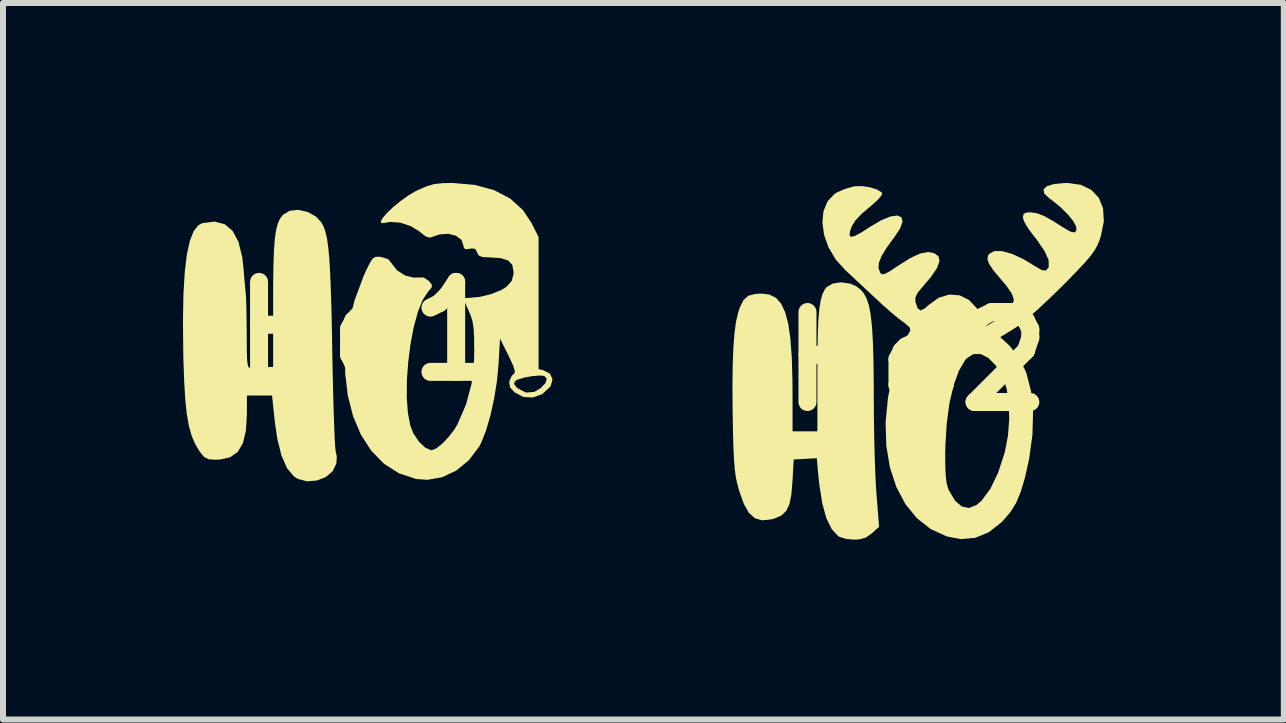
<source format=kicad_pcb>
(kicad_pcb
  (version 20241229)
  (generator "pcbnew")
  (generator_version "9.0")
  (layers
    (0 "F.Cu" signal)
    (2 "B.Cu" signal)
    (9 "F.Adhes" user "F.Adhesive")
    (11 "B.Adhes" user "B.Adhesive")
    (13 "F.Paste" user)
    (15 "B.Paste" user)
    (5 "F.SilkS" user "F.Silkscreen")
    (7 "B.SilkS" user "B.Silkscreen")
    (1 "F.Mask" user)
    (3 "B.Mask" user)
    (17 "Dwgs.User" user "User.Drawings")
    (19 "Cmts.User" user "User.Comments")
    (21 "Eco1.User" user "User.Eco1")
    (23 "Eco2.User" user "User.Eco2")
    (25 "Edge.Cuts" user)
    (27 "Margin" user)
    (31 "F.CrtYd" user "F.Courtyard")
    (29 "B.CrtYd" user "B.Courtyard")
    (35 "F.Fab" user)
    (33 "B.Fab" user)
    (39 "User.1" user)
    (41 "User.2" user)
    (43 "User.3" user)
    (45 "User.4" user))
  (footprint "Ho1"
    (layer "F.Cu")
    (at 3.09 2.471)
    (property "Reference" "Ho1" (at 0 0 0) (layer "F.SilkS") (effects (font (size 1.5 1.5) (thickness 0.3))))
    (attr board_only exclude_from_pos_files exclude_from_bom)
    (fp_poly (pts (xy -1.014 -1.989) (xy -0.874 -1.912) (xy -0.783 -1.814) (xy -0.747 -1.748) (xy -0.717 -1.664) (xy -0.691 -1.555) (xy -0.67 -1.413) (xy -0.652 -1.232) (xy -0.638 -1.004) (xy -0.626 -0.723) (xy -0.615 -0.382) (xy -0.606 0.027) (xy -0.601 0.357) (xy -0.594 0.708) (xy -0.586 1.035) (xy -0.578 1.33) (xy -0.569 1.583) (xy -0.561 1.786) (xy -0.552 1.93) (xy -0.544 2.007) (xy -0.541 2.017) (xy -0.526 2.089) (xy -0.532 2.195) (xy -0.534 2.207) (xy -0.595 2.335) (xy -0.71 2.432) (xy -0.858 2.489) (xy -1.019 2.503) (xy -1.171 2.464) (xy -1.239 2.422) (xy -1.354 2.286) (xy -1.447 2.075) (xy -1.518 1.792) (xy -1.559 1.506) (xy -1.605 1.072) (xy -1.814 1.072) (xy -2.024 1.072) (xy -2.024 1.375) (xy -2.04 1.653) (xy -2.089 1.863) (xy -2.175 2.011) (xy -2.302 2.101) (xy -2.475 2.14) (xy -2.545 2.143) (xy -2.662 2.135) (xy -2.737 2.097) (xy -2.808 2.011) (xy -2.816 2) (xy -2.888 1.878) (xy -2.946 1.741) (xy -2.992 1.577) (xy -3.027 1.378) (xy -3.052 1.132) (xy -3.07 0.831) (xy -3.083 0.464) (xy -3.085 0.334) (xy -3.09 -0.18) (xy -3.082 -0.619) (xy -3.06 -0.985) (xy -3.025 -1.28) (xy -2.975 -1.507) (xy -2.911 -1.669) (xy -2.832 -1.767) (xy -2.767 -1.801) (xy -2.562 -1.827) (xy -2.394 -1.784) (xy -2.262 -1.672) (xy -2.165 -1.489) (xy -2.102 -1.236) (xy -2.08 -1.039) (xy -2.067 -0.877) (xy -2.054 -0.735) (xy -2.045 -0.641) (xy -2.044 -0.635) (xy -2.039 -0.561) (xy -2.034 -0.424) (xy -2.03 -0.243) (xy -2.028 -0.034) (xy -2.027 0.043) (xy -2.026 0.268) (xy -2.023 0.425) (xy -2.016 0.526) (xy -2.004 0.584) (xy -1.985 0.609) (xy -1.956 0.614) (xy -1.935 0.612) (xy -1.829 0.604) (xy -1.716 0.599) (xy -1.587 0.595) (xy -1.587 -0.459) (xy -1.586 -0.829) (xy -1.581 -1.129) (xy -1.572 -1.367) (xy -1.557 -1.552) (xy -1.536 -1.693) (xy -1.508 -1.799) (xy -1.471 -1.878) (xy -1.425 -1.939) (xy -1.423 -1.941) (xy -1.311 -2.008) (xy -1.167 -2.023)) (stroke (width 0) (type solid)) (fill yes) (layer "F.SilkS"))
    (fp_poly (pts (xy 1.773 -2.439) (xy 2.095 -2.352) (xy 2.365 -2.211) (xy 2.579 -2.018) (xy 2.719 -1.806) (xy 2.838 -1.568) (xy 2.838 -0.468) (xy 2.838 0.631) (xy 2.926 0.654) (xy 3.03 0.711) (xy 3.07 0.804) (xy 3.04 0.913) (xy 3.028 0.93) (xy 2.899 1.049) (xy 2.744 1.105) (xy 2.584 1.097) (xy 2.439 1.02) (xy 2.437 1.019) (xy 2.364 0.938) (xy 2.352 0.876) (xy 2.428 0.876) (xy 2.466 0.93) (xy 2.495 0.955) (xy 2.628 1.023) (xy 2.765 1.012) (xy 2.872 0.95) (xy 2.952 0.865) (xy 2.975 0.793) (xy 2.935 0.747) (xy 2.931 0.745) (xy 2.849 0.739) (xy 2.727 0.75) (xy 2.599 0.774) (xy 2.494 0.805) (xy 2.45 0.829) (xy 2.428 0.876) (xy 2.352 0.876) (xy 2.349 0.859) (xy 2.355 0.823) (xy 2.392 0.742) (xy 2.431 0.707) (xy 2.444 0.671) (xy 2.416 0.578) (xy 2.345 0.423) (xy 2.338 0.409) (xy 2.195 0.123) (xy 2.171 0.547) (xy 2.144 0.832) (xy 2.097 1.126) (xy 2.034 1.41) (xy 1.96 1.662) (xy 1.88 1.863) (xy 1.848 1.924) (xy 1.677 2.15) (xy 1.468 2.322) (xy 1.232 2.434) (xy 0.984 2.478) (xy 0.794 2.463) (xy 0.509 2.368) (xy 0.26 2.209) (xy 0.049 1.993) (xy -0.123 1.726) (xy -0.254 1.418) (xy -0.342 1.074) (xy -0.386 0.702) (xy -0.383 0.31) (xy -0.333 -0.095) (xy -0.232 -0.506) (xy -0.08 -0.916) (xy -0.036 -1.014) (xy 0.027 -1.141) (xy 0.073 -1.212) (xy 0.121 -1.24) (xy 0.185 -1.241) (xy 0.213 -1.238) (xy 0.331 -1.201) (xy 0.391 -1.127) (xy 0.479 -1.014) (xy 0.61 -0.93) (xy 0.753 -0.893) (xy 0.815 -0.896) (xy 0.925 -0.895) (xy 1.01 -0.836) (xy 1.058 -0.776) (xy 1.056 -0.73) (xy 1.002 -0.665) (xy 0.996 -0.659) (xy 0.905 -0.52) (xy 0.825 -0.318) (xy 0.757 -0.068) (xy 0.703 0.214) (xy 0.665 0.514) (xy 0.643 0.815) (xy 0.641 1.102) (xy 0.659 1.36) (xy 0.7 1.573) (xy 0.746 1.694) (xy 0.84 1.837) (xy 0.946 1.939) (xy 1.046 1.984) (xy 1.059 1.984) (xy 1.134 1.954) (xy 1.234 1.874) (xy 1.34 1.762) (xy 1.436 1.636) (xy 1.487 1.55) (xy 1.631 1.215) (xy 1.721 0.875) (xy 1.762 0.504) (xy 1.766 0.318) (xy 1.763 0.106) (xy 1.755 -0.048) (xy 1.737 -0.163) (xy 1.706 -0.262) (xy 1.677 -0.332) (xy 1.627 -0.443) (xy 1.595 -0.52) (xy 1.587 -0.541) (xy 1.622 -0.552) (xy 1.685 -0.556) (xy 1.862 -0.573) (xy 2.049 -0.619) (xy 2.213 -0.684) (xy 2.303 -0.741) (xy 2.389 -0.836) (xy 2.419 -0.946) (xy 2.421 -0.989) (xy 2.4 -1.105) (xy 2.33 -1.179) (xy 2.203 -1.219) (xy 2.027 -1.23) (xy 1.907 -1.236) (xy 1.844 -1.258) (xy 1.815 -1.306) (xy 1.813 -1.315) (xy 1.781 -1.374) (xy 1.713 -1.379) (xy 1.689 -1.373) (xy 1.614 -1.365) (xy 1.588 -1.402) (xy 1.587 -1.422) (xy 1.553 -1.522) (xy 1.462 -1.591) (xy 1.334 -1.624) (xy 1.187 -1.613) (xy 1.095 -1.582) (xy 1.026 -1.56) (xy 0.963 -1.576) (xy 0.879 -1.639) (xy 0.857 -1.659) (xy 0.709 -1.751) (xy 0.534 -1.809) (xy 0.363 -1.822) (xy 0.282 -1.807) (xy 0.218 -1.8) (xy 0.208 -1.831) (xy 0.243 -1.892) (xy 0.315 -1.975) (xy 0.414 -2.069) (xy 0.532 -2.166) (xy 0.659 -2.257) (xy 0.786 -2.333) (xy 0.828 -2.354) (xy 0.975 -2.417) (xy 1.101 -2.453) (xy 1.242 -2.468) (xy 1.404 -2.471)) (stroke (width 0) (type solid)) (fill yes) (layer "F.SilkS")))
  (footprint "Ho2"
    (layer "F.Cu")
    (at 12.232 2.973)
    (property "Reference" "Ho2" (at 0 0 0) (layer "F.SilkS") (effects (font (size 1.5 1.5) (thickness 0.3))))
    (attr board_only exclude_from_pos_files exclude_from_bom)
    (fp_poly (pts (xy -1.111 -1.295) (xy -1.013 -1.253) (xy -0.941 -1.201) (xy -0.882 -1.133) (xy -0.834 -1.042) (xy -0.795 -0.922) (xy -0.766 -0.765) (xy -0.745 -0.564) (xy -0.73 -0.313) (xy -0.721 -0.004) (xy -0.717 0.369) (xy -0.716 0.615) (xy -0.714 0.925) (xy -0.709 1.243) (xy -0.702 1.552) (xy -0.692 1.833) (xy -0.681 2.071) (xy -0.671 2.211) (xy -0.628 2.759) (xy -0.747 2.866) (xy -0.847 2.938) (xy -0.955 2.968) (xy -1.046 2.973) (xy -1.179 2.96) (xy -1.287 2.927) (xy -1.309 2.914) (xy -1.417 2.798) (xy -1.506 2.617) (xy -1.575 2.367) (xy -1.625 2.047) (xy -1.64 1.908) (xy -1.666 1.615) (xy -1.859 1.626) (xy -2.051 1.637) (xy -2.071 1.994) (xy -2.09 2.221) (xy -2.123 2.384) (xy -2.178 2.497) (xy -2.26 2.573) (xy -2.377 2.622) (xy -2.435 2.637) (xy -2.579 2.651) (xy -2.698 2.616) (xy -2.798 2.526) (xy -2.884 2.374) (xy -2.961 2.156) (xy -2.994 2.032) (xy -3.016 1.93) (xy -3.033 1.803) (xy -3.046 1.642) (xy -3.056 1.437) (xy -3.063 1.177) (xy -3.069 0.852) (xy -3.069 0.828) (xy -3.072 0.412) (xy -3.068 0.064) (xy -3.057 -0.224) (xy -3.039 -0.461) (xy -3.014 -0.652) (xy -2.979 -0.806) (xy -2.951 -0.894) (xy -2.889 -1.02) (xy -2.808 -1.093) (xy -2.687 -1.124) (xy -2.58 -1.129) (xy -2.454 -1.112) (xy -2.348 -1.059) (xy -2.262 -0.963) (xy -2.194 -0.821) (xy -2.142 -0.627) (xy -2.106 -0.376) (xy -2.083 -0.063) (xy -2.072 0.317) (xy -2.07 0.555) (xy -2.07 1.167) (xy -1.863 1.167) (xy -1.656 1.167) (xy -1.656 0.19) (xy -1.654 -0.17) (xy -1.649 -0.462) (xy -1.639 -0.696) (xy -1.623 -0.878) (xy -1.601 -1.016) (xy -1.572 -1.119) (xy -1.535 -1.194) (xy -1.502 -1.237) (xy -1.399 -1.297) (xy -1.26 -1.317)) (stroke (width 0) (type solid)) (fill yes) (layer "F.SilkS"))
    (fp_poly (pts (xy 2.733 -2.943) (xy 2.909 -2.859) (xy 3.035 -2.726) (xy 3.106 -2.55) (xy 3.119 -2.337) (xy 3.071 -2.092) (xy 3.043 -2.008) (xy 3.008 -1.927) (xy 2.963 -1.847) (xy 2.899 -1.758) (xy 2.808 -1.651) (xy 2.682 -1.516) (xy 2.514 -1.344) (xy 2.413 -1.242) (xy 2.197 -1.032) (xy 1.997 -0.846) (xy 1.823 -0.694) (xy 1.683 -0.584) (xy 1.627 -0.547) (xy 1.392 -0.403) (xy 1.542 -0.265) (xy 1.705 -0.064) (xy 1.827 0.192) (xy 1.905 0.497) (xy 1.939 0.843) (xy 1.929 1.224) (xy 1.873 1.631) (xy 1.804 1.939) (xy 1.734 2.175) (xy 1.658 2.358) (xy 1.564 2.511) (xy 1.441 2.654) (xy 1.414 2.682) (xy 1.202 2.849) (xy 0.973 2.943) (xy 0.73 2.963) (xy 0.501 2.919) (xy 0.233 2.797) (xy 0.002 2.615) (xy -0.19 2.379) (xy -0.34 2.095) (xy -0.447 1.77) (xy -0.488 1.524) (xy 0.475 1.524) (xy 0.476 1.745) (xy 0.483 1.906) (xy 0.497 2.023) (xy 0.52 2.111) (xy 0.538 2.155) (xy 0.639 2.324) (xy 0.751 2.421) (xy 0.872 2.445) (xy 0.997 2.395) (xy 1.08 2.324) (xy 1.228 2.124) (xy 1.357 1.856) (xy 1.464 1.527) (xy 1.471 1.501) (xy 1.521 1.237) (xy 1.542 0.96) (xy 1.534 0.691) (xy 1.497 0.451) (xy 1.434 0.26) (xy 1.43 0.254) (xy 1.317 0.069) (xy 1.193 -0.057) (xy 1.066 -0.121) (xy 0.944 -0.12) (xy 0.833 -0.05) (xy 0.809 -0.023) (xy 0.703 0.156) (xy 0.615 0.398) (xy 0.546 0.695) (xy 0.5 1.036) (xy 0.477 1.412) (xy 0.475 1.524) (xy -0.488 1.524) (xy -0.507 1.41) (xy -0.519 1.022) (xy -0.48 0.612) (xy -0.429 0.346) (xy -0.391 0.206) (xy -0.337 0.039) (xy -0.274 -0.136) (xy -0.21 -0.298) (xy -0.153 -0.43) (xy -0.109 -0.509) (xy -0.107 -0.512) (xy -0.114 -0.56) (xy -0.189 -0.629) (xy -0.221 -0.651) (xy -0.307 -0.716) (xy -0.43 -0.818) (xy -0.573 -0.944) (xy -0.701 -1.063) (xy -0.849 -1.201) (xy -0.993 -1.336) (xy -1.115 -1.45) (xy -1.189 -1.518) (xy -1.352 -1.699) (xy -1.471 -1.9) (xy -1.545 -2.109) (xy -1.573 -2.315) (xy -1.554 -2.505) (xy -1.486 -2.668) (xy -1.369 -2.791) (xy -1.317 -2.822) (xy -1.185 -2.877) (xy -1.048 -2.915) (xy -1.029 -2.918) (xy -0.91 -2.921) (xy -0.781 -2.901) (xy -0.666 -2.865) (xy -0.59 -2.82) (xy -0.575 -2.797) (xy -0.595 -2.754) (xy -0.661 -2.681) (xy -0.759 -2.594) (xy -0.763 -2.59) (xy -0.918 -2.459) (xy -1.02 -2.351) (xy -1.082 -2.253) (xy -1.112 -2.169) (xy -1.12 -2.101) (xy -1.094 -2.074) (xy -1.028 -2.091) (xy -0.916 -2.152) (xy -0.773 -2.245) (xy -0.588 -2.354) (xy -0.436 -2.415) (xy -0.323 -2.43) (xy -0.255 -2.402) (xy -0.236 -2.331) (xy -0.274 -2.22) (xy -0.359 -2.089) (xy -0.497 -1.9) (xy -0.586 -1.755) (xy -0.631 -1.642) (xy -0.637 -1.551) (xy -0.606 -1.472) (xy -0.604 -1.469) (xy -0.576 -1.449) (xy -0.526 -1.459) (xy -0.443 -1.505) (xy -0.312 -1.592) (xy -0.109 -1.72) (xy 0.053 -1.796) (xy 0.184 -1.822) (xy 0.285 -1.805) (xy 0.361 -1.753) (xy 0.38 -1.671) (xy 0.34 -1.558) (xy 0.24 -1.41) (xy 0.103 -1.248) (xy 0.018 -1.146) (xy -0.021 -1.071) (xy -0.023 -1.002) (xy -0.02 -0.985) (xy 0.017 -0.881) (xy 0.065 -0.848) (xy 0.136 -0.883) (xy 0.193 -0.934) (xy 0.364 -1.059) (xy 0.542 -1.113) (xy 0.715 -1.1) (xy 0.872 -1.022) (xy 1.003 -0.883) (xy 1.089 -0.702) (xy 1.133 -0.57) (xy 1.268 -0.652) (xy 1.442 -0.774) (xy 1.56 -0.893) (xy 1.615 -1.002) (xy 1.618 -1.03) (xy 1.588 -1.123) (xy 1.498 -1.255) (xy 1.413 -1.356) (xy 1.284 -1.508) (xy 1.208 -1.62) (xy 1.178 -1.703) (xy 1.19 -1.767) (xy 1.206 -1.789) (xy 1.293 -1.838) (xy 1.425 -1.837) (xy 1.594 -1.789) (xy 1.79 -1.697) (xy 1.976 -1.583) (xy 2.084 -1.52) (xy 2.153 -1.513) (xy 2.195 -1.562) (xy 2.201 -1.579) (xy 2.198 -1.688) (xy 2.131 -1.837) (xy 2.003 -2.025) (xy 1.938 -2.107) (xy 1.853 -2.222) (xy 1.792 -2.327) (xy 1.769 -2.398) (xy 1.769 -2.399) (xy 1.781 -2.457) (xy 1.831 -2.48) (xy 1.898 -2.484) (xy 2 -2.469) (xy 2.122 -2.423) (xy 2.276 -2.337) (xy 2.442 -2.231) (xy 2.563 -2.161) (xy 2.636 -2.148) (xy 2.663 -2.191) (xy 2.656 -2.248) (xy 2.611 -2.335) (xy 2.519 -2.448) (xy 2.396 -2.57) (xy 2.257 -2.684) (xy 2.206 -2.72) (xy 2.125 -2.798) (xy 2.114 -2.865) (xy 2.17 -2.919) (xy 2.288 -2.956) (xy 2.464 -2.972) (xy 2.509 -2.973)) (stroke (width 0) (type solid)) (fill yes) (layer "F.SilkS")))
  (gr_rect
    (start -3 -3)
    (end 18.351 8.945)
    (stroke (width 0.1) (type default))
    (fill no)
    (layer "Edge.Cuts")))
</source>
